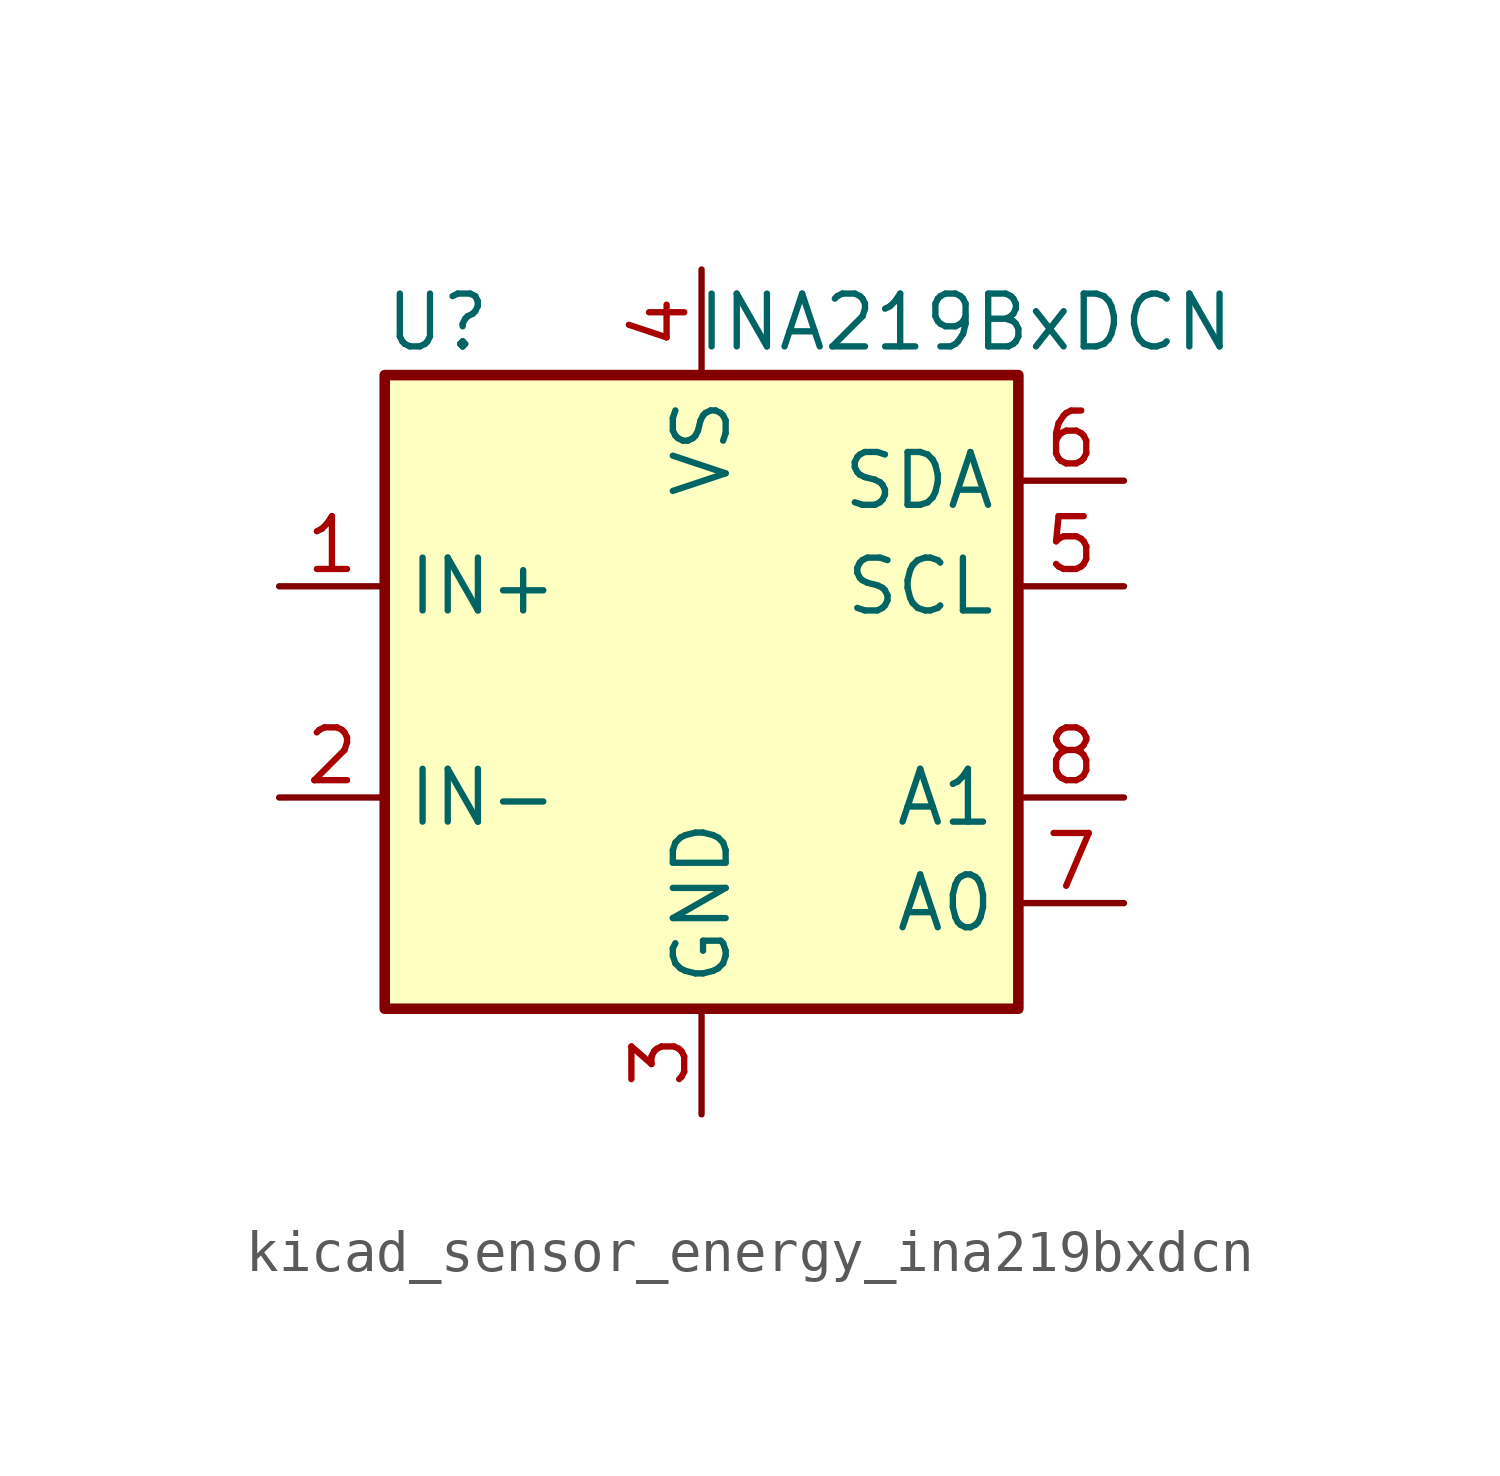
<source format=kicad_sym>
(kicad_symbol_lib
  (version 20220914)
  (generator kicad_symbol_editor)
  (symbol "kicad_sensor_energy_ina219bxdcn"
    (property "Reference" "U"
      (at -6.35 8.89 0)
      (effects (font (size 1.27 1.27))))
    (property "Value" "INA219BxDCN"
      (at 6.35 8.89 0)
      (effects (font (size 1.27 1.27))))
    (symbol "kicad_sensor_energy_ina219bxdcn_0_1"
      (rectangle (start -7.62 7.62) (end 7.62 -7.62) (stroke (width 0.254) (type default)) (fill (type background))))
    (symbol "kicad_sensor_energy_ina219bxdcn_1_1"
      (pin input line (at -10.16 2.54 0) (length 2.54) (name "IN+" (effects (font (size 1.27 1.27)))) (number "1" (effects (font (size 1.27 1.27)))))
      (pin input line (at -10.16 -2.54 0) (length 2.54) (name "IN-" (effects (font (size 1.27 1.27)))) (number "2" (effects (font (size 1.27 1.27)))))
      (pin power_in line (at 0 -10.16 90) (length 2.54) (name "GND" (effects (font (size 1.27 1.27)))) (number "3" (effects (font (size 1.27 1.27)))))
      (pin power_in line (at 0 10.16 270) (length 2.54) (name "VS" (effects (font (size 1.27 1.27)))) (number "4" (effects (font (size 1.27 1.27)))))
      (pin input line (at 10.16 2.54 180) (length 2.54) (name "SCL" (effects (font (size 1.27 1.27)))) (number "5" (effects (font (size 1.27 1.27)))))
      (pin bidirectional line (at 10.16 5.08 180) (length 2.54) (name "SDA" (effects (font (size 1.27 1.27)))) (number "6" (effects (font (size 1.27 1.27)))))
      (pin input line (at 10.16 -5.08 180) (length 2.54) (name "A0" (effects (font (size 1.27 1.27)))) (number "7" (effects (font (size 1.27 1.27)))))
      (pin input line (at 10.16 -2.54 180) (length 2.54) (name "A1" (effects (font (size 1.27 1.27)))) (number "8" (effects (font (size 1.27 1.27))))))))
</source>
